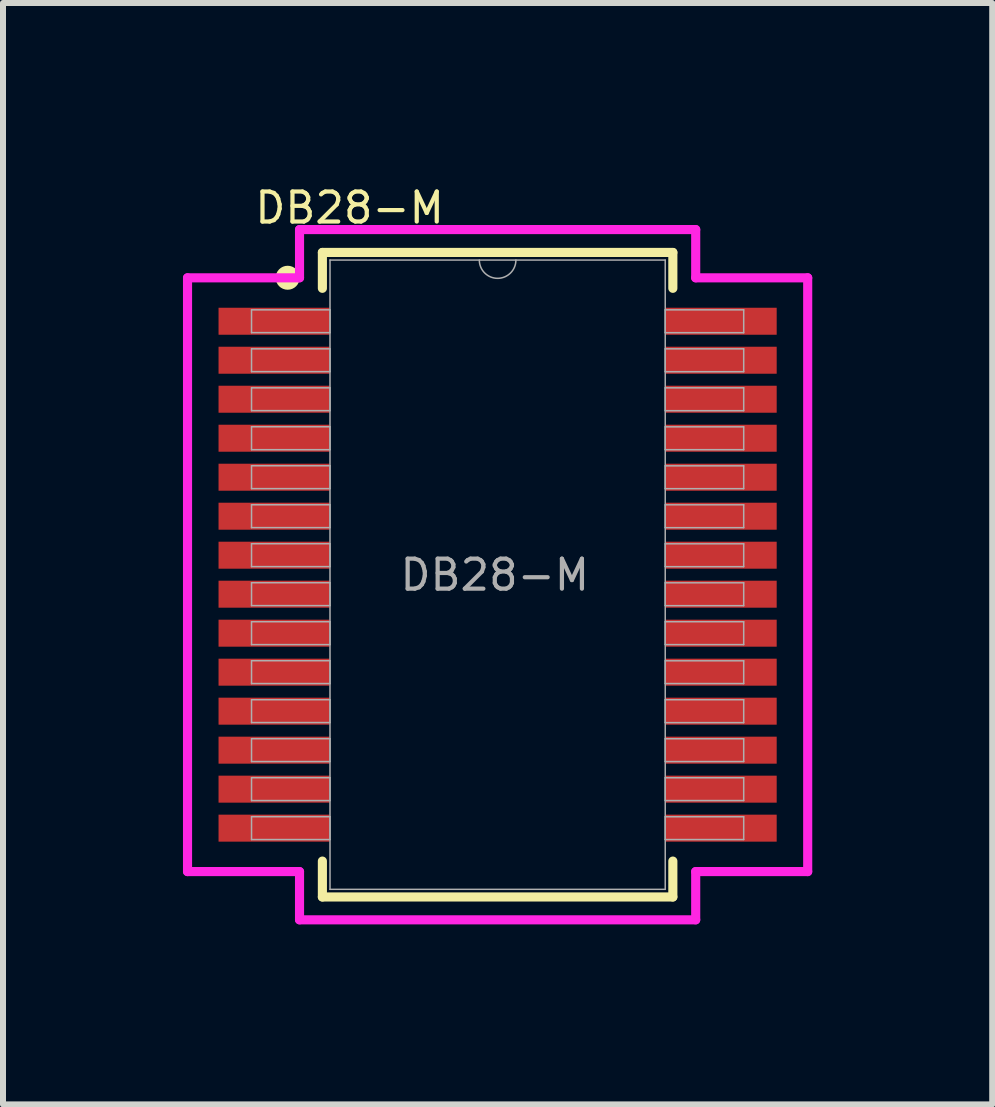
<source format=kicad_pcb>
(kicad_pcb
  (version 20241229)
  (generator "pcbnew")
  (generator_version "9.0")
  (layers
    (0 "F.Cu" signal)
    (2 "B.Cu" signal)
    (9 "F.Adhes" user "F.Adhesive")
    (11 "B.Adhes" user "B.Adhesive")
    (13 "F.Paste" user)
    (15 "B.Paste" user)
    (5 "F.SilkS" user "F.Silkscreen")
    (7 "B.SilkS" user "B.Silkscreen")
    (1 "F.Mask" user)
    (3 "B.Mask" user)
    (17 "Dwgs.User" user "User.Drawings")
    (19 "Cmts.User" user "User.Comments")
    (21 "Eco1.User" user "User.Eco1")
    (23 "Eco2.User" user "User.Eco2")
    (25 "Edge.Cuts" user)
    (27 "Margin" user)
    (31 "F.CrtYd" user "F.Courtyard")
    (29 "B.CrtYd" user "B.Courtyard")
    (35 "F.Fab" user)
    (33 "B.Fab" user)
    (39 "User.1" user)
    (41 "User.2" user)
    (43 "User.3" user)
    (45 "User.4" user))
  (footprint "DB28-M"
    (layer "F.Cu")
    (at 5.245 6.53)
    (property "Reference" "DB28-M" (at -2.467 -6.115 0) (unlocked yes) (layer "F.SilkS") (effects (font (size 0.5 0.5) (thickness 0.07))))
    (attr smd)
    (fp_line (start -2.921 -5.372) (end -2.921 -4.774) (stroke (width 0.152) (type solid)) (layer "F.SilkS"))
    (fp_line (start -2.921 4.774) (end -2.921 5.372) (stroke (width 0.152) (type solid)) (layer "F.SilkS"))
    (fp_line (start -2.921 5.372) (end 2.921 5.372) (stroke (width 0.152) (type solid)) (layer "F.SilkS"))
    (fp_line (start 2.921 -5.372) (end -2.921 -5.372) (stroke (width 0.152) (type solid)) (layer "F.SilkS"))
    (fp_line (start 2.921 -4.774) (end 2.921 -5.372) (stroke (width 0.152) (type solid)) (layer "F.SilkS"))
    (fp_line (start 2.921 5.372) (end 2.921 4.774) (stroke (width 0.152) (type solid)) (layer "F.SilkS"))
    (fp_circle (center -3.5 -4.95) (end -3.35 -4.95) (stroke (width 0.1) (type solid)) (fill yes) (layer "F.SilkS"))
    (fp_line (start -5.169 -4.949) (end -3.302 -4.949) (stroke (width 0.152) (type solid)) (layer "F.CrtYd"))
    (fp_line (start -5.169 4.949) (end -5.169 -4.949) (stroke (width 0.152) (type solid)) (layer "F.CrtYd"))
    (fp_line (start -5.169 4.949) (end -3.302 4.949) (stroke (width 0.152) (type solid)) (layer "F.CrtYd"))
    (fp_line (start -3.302 -5.753) (end 3.302 -5.753) (stroke (width 0.152) (type solid)) (layer "F.CrtYd"))
    (fp_line (start -3.302 -4.949) (end -3.302 -5.753) (stroke (width 0.152) (type solid)) (layer "F.CrtYd"))
    (fp_line (start -3.302 5.753) (end -3.302 4.949) (stroke (width 0.152) (type solid)) (layer "F.CrtYd"))
    (fp_line (start 3.302 -5.753) (end 3.302 -4.949) (stroke (width 0.152) (type solid)) (layer "F.CrtYd"))
    (fp_line (start 3.302 4.949) (end 3.302 5.753) (stroke (width 0.152) (type solid)) (layer "F.CrtYd"))
    (fp_line (start 3.302 5.753) (end -3.302 5.753) (stroke (width 0.152) (type solid)) (layer "F.CrtYd"))
    (fp_line (start 5.169 -4.949) (end 3.302 -4.949) (stroke (width 0.152) (type solid)) (layer "F.CrtYd"))
    (fp_line (start 5.169 -4.949) (end 5.169 4.949) (stroke (width 0.152) (type solid)) (layer "F.CrtYd"))
    (fp_line (start 5.169 4.949) (end 3.302 4.949) (stroke (width 0.152) (type solid)) (layer "F.CrtYd"))
    (fp_line (start -4.102 -4.415) (end -4.102 -4.035) (stroke (width 0.025) (type solid)) (layer "F.Fab"))
    (fp_line (start -4.102 -4.035) (end -2.794 -4.035) (stroke (width 0.025) (type solid)) (layer "F.Fab"))
    (fp_line (start -4.102 -3.765) (end -4.102 -3.385) (stroke (width 0.025) (type solid)) (layer "F.Fab"))
    (fp_line (start -4.102 -3.385) (end -2.794 -3.385) (stroke (width 0.025) (type solid)) (layer "F.Fab"))
    (fp_line (start -4.102 -3.115) (end -4.102 -2.735) (stroke (width 0.025) (type solid)) (layer "F.Fab"))
    (fp_line (start -4.102 -2.735) (end -2.794 -2.735) (stroke (width 0.025) (type solid)) (layer "F.Fab"))
    (fp_line (start -4.102 -2.466) (end -4.102 -2.084) (stroke (width 0.025) (type solid)) (layer "F.Fab"))
    (fp_line (start -4.102 -2.084) (end -2.794 -2.084) (stroke (width 0.025) (type solid)) (layer "F.Fab"))
    (fp_line (start -4.102 -1.816) (end -4.102 -1.435) (stroke (width 0.025) (type solid)) (layer "F.Fab"))
    (fp_line (start -4.102 -1.435) (end -2.794 -1.435) (stroke (width 0.025) (type solid)) (layer "F.Fab"))
    (fp_line (start -4.102 -1.166) (end -4.102 -0.785) (stroke (width 0.025) (type solid)) (layer "F.Fab"))
    (fp_line (start -4.102 -0.785) (end -2.794 -0.785) (stroke (width 0.025) (type solid)) (layer "F.Fab"))
    (fp_line (start -4.102 -0.516) (end -4.102 -0.135) (stroke (width 0.025) (type solid)) (layer "F.Fab"))
    (fp_line (start -4.102 -0.135) (end -2.794 -0.135) (stroke (width 0.025) (type solid)) (layer "F.Fab"))
    (fp_line (start -4.102 0.134) (end -4.102 0.515) (stroke (width 0.025) (type solid)) (layer "F.Fab"))
    (fp_line (start -4.102 0.515) (end -2.794 0.515) (stroke (width 0.025) (type solid)) (layer "F.Fab"))
    (fp_line (start -4.102 0.784) (end -4.102 1.165) (stroke (width 0.025) (type solid)) (layer "F.Fab"))
    (fp_line (start -4.102 1.165) (end -2.794 1.165) (stroke (width 0.025) (type solid)) (layer "F.Fab"))
    (fp_line (start -4.102 1.434) (end -4.102 1.815) (stroke (width 0.025) (type solid)) (layer "F.Fab"))
    (fp_line (start -4.102 1.815) (end -2.794 1.815) (stroke (width 0.025) (type solid)) (layer "F.Fab"))
    (fp_line (start -4.102 2.084) (end -4.102 2.465) (stroke (width 0.025) (type solid)) (layer "F.Fab"))
    (fp_line (start -4.102 2.465) (end -2.794 2.465) (stroke (width 0.025) (type solid)) (layer "F.Fab"))
    (fp_line (start -4.102 2.734) (end -4.102 3.115) (stroke (width 0.025) (type solid)) (layer "F.Fab"))
    (fp_line (start -4.102 3.115) (end -2.794 3.115) (stroke (width 0.025) (type solid)) (layer "F.Fab"))
    (fp_line (start -4.102 3.384) (end -4.102 3.765) (stroke (width 0.025) (type solid)) (layer "F.Fab"))
    (fp_line (start -4.102 3.765) (end -2.794 3.765) (stroke (width 0.025) (type solid)) (layer "F.Fab"))
    (fp_line (start -4.102 4.034) (end -4.102 4.415) (stroke (width 0.025) (type solid)) (layer "F.Fab"))
    (fp_line (start -4.102 4.415) (end -2.794 4.415) (stroke (width 0.025) (type solid)) (layer "F.Fab"))
    (fp_line (start -2.794 -5.245) (end -2.794 5.245) (stroke (width 0.025) (type solid)) (layer "F.Fab"))
    (fp_line (start -2.794 -4.415) (end -4.102 -4.415) (stroke (width 0.025) (type solid)) (layer "F.Fab"))
    (fp_line (start -2.794 -4.035) (end -2.794 -4.415) (stroke (width 0.025) (type solid)) (layer "F.Fab"))
    (fp_line (start -2.794 -3.765) (end -4.102 -3.765) (stroke (width 0.025) (type solid)) (layer "F.Fab"))
    (fp_line (start -2.794 -3.385) (end -2.794 -3.765) (stroke (width 0.025) (type solid)) (layer "F.Fab"))
    (fp_line (start -2.794 -3.115) (end -4.102 -3.115) (stroke (width 0.025) (type solid)) (layer "F.Fab"))
    (fp_line (start -2.794 -2.735) (end -2.794 -3.115) (stroke (width 0.025) (type solid)) (layer "F.Fab"))
    (fp_line (start -2.794 -2.466) (end -4.102 -2.466) (stroke (width 0.025) (type solid)) (layer "F.Fab"))
    (fp_line (start -2.794 -2.084) (end -2.794 -2.466) (stroke (width 0.025) (type solid)) (layer "F.Fab"))
    (fp_line (start -2.794 -1.816) (end -4.102 -1.816) (stroke (width 0.025) (type solid)) (layer "F.Fab"))
    (fp_line (start -2.794 -1.435) (end -2.794 -1.816) (stroke (width 0.025) (type solid)) (layer "F.Fab"))
    (fp_line (start -2.794 -1.166) (end -4.102 -1.166) (stroke (width 0.025) (type solid)) (layer "F.Fab"))
    (fp_line (start -2.794 -0.785) (end -2.794 -1.166) (stroke (width 0.025) (type solid)) (layer "F.Fab"))
    (fp_line (start -2.794 -0.516) (end -4.102 -0.516) (stroke (width 0.025) (type solid)) (layer "F.Fab"))
    (fp_line (start -2.794 -0.135) (end -2.794 -0.516) (stroke (width 0.025) (type solid)) (layer "F.Fab"))
    (fp_line (start -2.794 0.134) (end -4.102 0.134) (stroke (width 0.025) (type solid)) (layer "F.Fab"))
    (fp_line (start -2.794 0.515) (end -2.794 0.134) (stroke (width 0.025) (type solid)) (layer "F.Fab"))
    (fp_line (start -2.794 0.784) (end -4.102 0.784) (stroke (width 0.025) (type solid)) (layer "F.Fab"))
    (fp_line (start -2.794 1.165) (end -2.794 0.784) (stroke (width 0.025) (type solid)) (layer "F.Fab"))
    (fp_line (start -2.794 1.434) (end -4.102 1.434) (stroke (width 0.025) (type solid)) (layer "F.Fab"))
    (fp_line (start -2.794 1.815) (end -2.794 1.434) (stroke (width 0.025) (type solid)) (layer "F.Fab"))
    (fp_line (start -2.794 2.084) (end -4.102 2.084) (stroke (width 0.025) (type solid)) (layer "F.Fab"))
    (fp_line (start -2.794 2.465) (end -2.794 2.084) (stroke (width 0.025) (type solid)) (layer "F.Fab"))
    (fp_line (start -2.794 2.734) (end -4.102 2.734) (stroke (width 0.025) (type solid)) (layer "F.Fab"))
    (fp_line (start -2.794 3.115) (end -2.794 2.734) (stroke (width 0.025) (type solid)) (layer "F.Fab"))
    (fp_line (start -2.794 3.384) (end -4.102 3.384) (stroke (width 0.025) (type solid)) (layer "F.Fab"))
    (fp_line (start -2.794 3.765) (end -2.794 3.384) (stroke (width 0.025) (type solid)) (layer "F.Fab"))
    (fp_line (start -2.794 4.034) (end -4.102 4.034) (stroke (width 0.025) (type solid)) (layer "F.Fab"))
    (fp_line (start -2.794 4.415) (end -2.794 4.034) (stroke (width 0.025) (type solid)) (layer "F.Fab"))
    (fp_line (start -2.794 5.245) (end 2.794 5.245) (stroke (width 0.025) (type solid)) (layer "F.Fab"))
    (fp_line (start 2.794 -5.245) (end -2.794 -5.245) (stroke (width 0.025) (type solid)) (layer "F.Fab"))
    (fp_line (start 2.794 -4.415) (end 2.794 -4.034) (stroke (width 0.025) (type solid)) (layer "F.Fab"))
    (fp_line (start 2.794 -4.034) (end 4.102 -4.034) (stroke (width 0.025) (type solid)) (layer "F.Fab"))
    (fp_line (start 2.794 -3.765) (end 2.794 -3.384) (stroke (width 0.025) (type solid)) (layer "F.Fab"))
    (fp_line (start 2.794 -3.384) (end 4.102 -3.384) (stroke (width 0.025) (type solid)) (layer "F.Fab"))
    (fp_line (start 2.794 -3.115) (end 2.794 -2.734) (stroke (width 0.025) (type solid)) (layer "F.Fab"))
    (fp_line (start 2.794 -2.734) (end 4.102 -2.734) (stroke (width 0.025) (type solid)) (layer "F.Fab"))
    (fp_line (start 2.794 -2.465) (end 2.794 -2.084) (stroke (width 0.025) (type solid)) (layer "F.Fab"))
    (fp_line (start 2.794 -2.084) (end 4.102 -2.084) (stroke (width 0.025) (type solid)) (layer "F.Fab"))
    (fp_line (start 2.794 -1.815) (end 2.794 -1.434) (stroke (width 0.025) (type solid)) (layer "F.Fab"))
    (fp_line (start 2.794 -1.434) (end 4.102 -1.434) (stroke (width 0.025) (type solid)) (layer "F.Fab"))
    (fp_line (start 2.794 -1.165) (end 2.794 -0.784) (stroke (width 0.025) (type solid)) (layer "F.Fab"))
    (fp_line (start 2.794 -0.784) (end 4.102 -0.784) (stroke (width 0.025) (type solid)) (layer "F.Fab"))
    (fp_line (start 2.794 -0.515) (end 2.794 -0.134) (stroke (width 0.025) (type solid)) (layer "F.Fab"))
    (fp_line (start 2.794 -0.134) (end 4.102 -0.134) (stroke (width 0.025) (type solid)) (layer "F.Fab"))
    (fp_line (start 2.794 0.135) (end 2.794 0.516) (stroke (width 0.025) (type solid)) (layer "F.Fab"))
    (fp_line (start 2.794 0.516) (end 4.102 0.516) (stroke (width 0.025) (type solid)) (layer "F.Fab"))
    (fp_line (start 2.794 0.784) (end 2.794 1.165) (stroke (width 0.025) (type solid)) (layer "F.Fab"))
    (fp_line (start 2.794 1.165) (end 4.102 1.165) (stroke (width 0.025) (type solid)) (layer "F.Fab"))
    (fp_line (start 2.794 1.435) (end 2.794 1.815) (stroke (width 0.025) (type solid)) (layer "F.Fab"))
    (fp_line (start 2.794 1.815) (end 4.102 1.815) (stroke (width 0.025) (type solid)) (layer "F.Fab"))
    (fp_line (start 2.794 2.084) (end 2.794 2.466) (stroke (width 0.025) (type solid)) (layer "F.Fab"))
    (fp_line (start 2.794 2.466) (end 4.102 2.466) (stroke (width 0.025) (type solid)) (layer "F.Fab"))
    (fp_line (start 2.794 2.735) (end 2.794 3.115) (stroke (width 0.025) (type solid)) (layer "F.Fab"))
    (fp_line (start 2.794 3.115) (end 4.102 3.115) (stroke (width 0.025) (type solid)) (layer "F.Fab"))
    (fp_line (start 2.794 3.385) (end 2.794 3.765) (stroke (width 0.025) (type solid)) (layer "F.Fab"))
    (fp_line (start 2.794 3.765) (end 4.102 3.765) (stroke (width 0.025) (type solid)) (layer "F.Fab"))
    (fp_line (start 2.794 4.035) (end 2.794 4.415) (stroke (width 0.025) (type solid)) (layer "F.Fab"))
    (fp_line (start 2.794 4.415) (end 4.102 4.415) (stroke (width 0.025) (type solid)) (layer "F.Fab"))
    (fp_line (start 2.794 5.245) (end 2.794 -5.245) (stroke (width 0.025) (type solid)) (layer "F.Fab"))
    (fp_line (start 4.102 -4.415) (end 2.794 -4.415) (stroke (width 0.025) (type solid)) (layer "F.Fab"))
    (fp_line (start 4.102 -4.034) (end 4.102 -4.415) (stroke (width 0.025) (type solid)) (layer "F.Fab"))
    (fp_line (start 4.102 -3.765) (end 2.794 -3.765) (stroke (width 0.025) (type solid)) (layer "F.Fab"))
    (fp_line (start 4.102 -3.384) (end 4.102 -3.765) (stroke (width 0.025) (type solid)) (layer "F.Fab"))
    (fp_line (start 4.102 -3.115) (end 2.794 -3.115) (stroke (width 0.025) (type solid)) (layer "F.Fab"))
    (fp_line (start 4.102 -2.734) (end 4.102 -3.115) (stroke (width 0.025) (type solid)) (layer "F.Fab"))
    (fp_line (start 4.102 -2.465) (end 2.794 -2.465) (stroke (width 0.025) (type solid)) (layer "F.Fab"))
    (fp_line (start 4.102 -2.084) (end 4.102 -2.465) (stroke (width 0.025) (type solid)) (layer "F.Fab"))
    (fp_line (start 4.102 -1.815) (end 2.794 -1.815) (stroke (width 0.025) (type solid)) (layer "F.Fab"))
    (fp_line (start 4.102 -1.434) (end 4.102 -1.815) (stroke (width 0.025) (type solid)) (layer "F.Fab"))
    (fp_line (start 4.102 -1.165) (end 2.794 -1.165) (stroke (width 0.025) (type solid)) (layer "F.Fab"))
    (fp_line (start 4.102 -0.784) (end 4.102 -1.165) (stroke (width 0.025) (type solid)) (layer "F.Fab"))
    (fp_line (start 4.102 -0.515) (end 2.794 -0.515) (stroke (width 0.025) (type solid)) (layer "F.Fab"))
    (fp_line (start 4.102 -0.134) (end 4.102 -0.515) (stroke (width 0.025) (type solid)) (layer "F.Fab"))
    (fp_line (start 4.102 0.135) (end 2.794 0.135) (stroke (width 0.025) (type solid)) (layer "F.Fab"))
    (fp_line (start 4.102 0.516) (end 4.102 0.135) (stroke (width 0.025) (type solid)) (layer "F.Fab"))
    (fp_line (start 4.102 0.784) (end 2.794 0.784) (stroke (width 0.025) (type solid)) (layer "F.Fab"))
    (fp_line (start 4.102 1.165) (end 4.102 0.784) (stroke (width 0.025) (type solid)) (layer "F.Fab"))
    (fp_line (start 4.102 1.435) (end 2.794 1.435) (stroke (width 0.025) (type solid)) (layer "F.Fab"))
    (fp_line (start 4.102 1.815) (end 4.102 1.435) (stroke (width 0.025) (type solid)) (layer "F.Fab"))
    (fp_line (start 4.102 2.084) (end 2.794 2.084) (stroke (width 0.025) (type solid)) (layer "F.Fab"))
    (fp_line (start 4.102 2.466) (end 4.102 2.084) (stroke (width 0.025) (type solid)) (layer "F.Fab"))
    (fp_line (start 4.102 2.735) (end 2.794 2.735) (stroke (width 0.025) (type solid)) (layer "F.Fab"))
    (fp_line (start 4.102 3.115) (end 4.102 2.735) (stroke (width 0.025) (type solid)) (layer "F.Fab"))
    (fp_line (start 4.102 3.385) (end 2.794 3.385) (stroke (width 0.025) (type solid)) (layer "F.Fab"))
    (fp_line (start 4.102 3.765) (end 4.102 3.385) (stroke (width 0.025) (type solid)) (layer "F.Fab"))
    (fp_line (start 4.102 4.035) (end 2.794 4.035) (stroke (width 0.025) (type solid)) (layer "F.Fab"))
    (fp_line (start 4.102 4.415) (end 4.102 4.035) (stroke (width 0.025) (type solid)) (layer "F.Fab"))
    (fp_arc (start 0.3048 -5.2451) (mid 0 -4.9403) (end -0.3048 -5.2451) (stroke (width 0.0254) (type solid)) (layer "F.Fab"))
    (fp_text user "${REFERENCE}" (at -0.047 0.005 0) (unlocked yes) (layer "F.Fab") (effects (font (size 0.5 0.5) (thickness 0.07))))
    (pad "1" smd rect (at -3.727 -4.225) (size 1.85 0.45) (layers "F.Cu" "F.Mask" "F.Paste"))
    (pad "2" smd rect (at -3.727 -3.575) (size 1.85 0.45) (layers "F.Cu" "F.Mask" "F.Paste"))
    (pad "3" smd rect (at -3.727 -2.925) (size 1.85 0.45) (layers "F.Cu" "F.Mask" "F.Paste"))
    (pad "4" smd rect (at -3.727 -2.275) (size 1.85 0.45) (layers "F.Cu" "F.Mask" "F.Paste"))
    (pad "5" smd rect (at -3.727 -1.625) (size 1.85 0.45) (layers "F.Cu" "F.Mask" "F.Paste"))
    (pad "6" smd rect (at -3.727 -0.975) (size 1.85 0.45) (layers "F.Cu" "F.Mask" "F.Paste"))
    (pad "7" smd rect (at -3.727 -0.325) (size 1.85 0.45) (layers "F.Cu" "F.Mask" "F.Paste"))
    (pad "8" smd rect (at -3.727 0.325) (size 1.85 0.45) (layers "F.Cu" "F.Mask" "F.Paste"))
    (pad "9" smd rect (at -3.727 0.975) (size 1.85 0.45) (layers "F.Cu" "F.Mask" "F.Paste"))
    (pad "10" smd rect (at -3.727 1.625) (size 1.85 0.45) (layers "F.Cu" "F.Mask" "F.Paste"))
    (pad "11" smd rect (at -3.727 2.275) (size 1.85 0.45) (layers "F.Cu" "F.Mask" "F.Paste"))
    (pad "12" smd rect (at -3.727 2.925) (size 1.85 0.45) (layers "F.Cu" "F.Mask" "F.Paste"))
    (pad "13" smd rect (at -3.727 3.575) (size 1.85 0.45) (layers "F.Cu" "F.Mask" "F.Paste"))
    (pad "14" smd rect (at -3.727 4.225) (size 1.85 0.45) (layers "F.Cu" "F.Mask" "F.Paste"))
    (pad "15" smd rect (at 3.727 4.225) (size 1.85 0.45) (layers "F.Cu" "F.Mask" "F.Paste"))
    (pad "16" smd rect (at 3.727 3.575) (size 1.85 0.45) (layers "F.Cu" "F.Mask" "F.Paste"))
    (pad "17" smd rect (at 3.727 2.925) (size 1.85 0.45) (layers "F.Cu" "F.Mask" "F.Paste"))
    (pad "18" smd rect (at 3.727 2.275) (size 1.85 0.45) (layers "F.Cu" "F.Mask" "F.Paste"))
    (pad "19" smd rect (at 3.727 1.625) (size 1.85 0.45) (layers "F.Cu" "F.Mask" "F.Paste"))
    (pad "20" smd rect (at 3.727 0.975) (size 1.85 0.45) (layers "F.Cu" "F.Mask" "F.Paste"))
    (pad "21" smd rect (at 3.727 0.325) (size 1.85 0.45) (layers "F.Cu" "F.Mask" "F.Paste"))
    (pad "22" smd rect (at 3.727 -0.325) (size 1.85 0.45) (layers "F.Cu" "F.Mask" "F.Paste"))
    (pad "23" smd rect (at 3.727 -0.975) (size 1.85 0.45) (layers "F.Cu" "F.Mask" "F.Paste"))
    (pad "24" smd rect (at 3.727 -1.625) (size 1.85 0.45) (layers "F.Cu" "F.Mask" "F.Paste"))
    (pad "25" smd rect (at 3.727 -2.275) (size 1.85 0.45) (layers "F.Cu" "F.Mask" "F.Paste"))
    (pad "26" smd rect (at 3.727 -2.925) (size 1.85 0.45) (layers "F.Cu" "F.Mask" "F.Paste"))
    (pad "27" smd rect (at 3.727 -3.575) (size 1.85 0.45) (layers "F.Cu" "F.Mask" "F.Paste"))
    (pad "28" smd rect (at 3.727 -4.225) (size 1.85 0.45) (layers "F.Cu" "F.Mask" "F.Paste")))
  (gr_rect
    (start -3 -3)
    (end 13.49 15.36)
    (stroke (width 0.1) (type default))
    (fill no)
    (layer "Edge.Cuts")))
</source>
